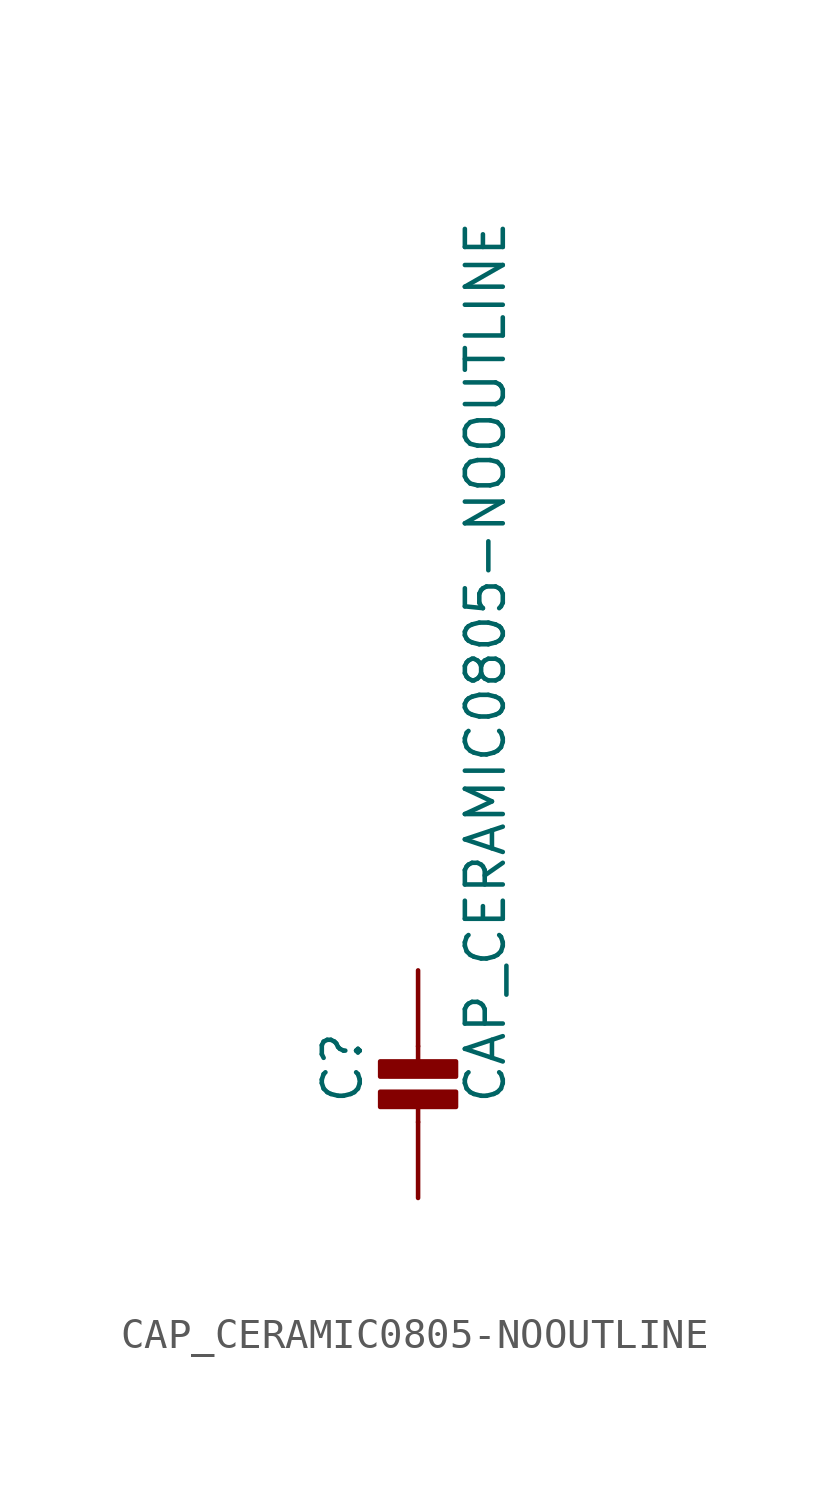
<source format=kicad_sym>
(kicad_symbol_lib
  (version 20211014)
  (generator kicad_symbol_editor)
  (symbol "CAP_CERAMIC0805-NOOUTLINE"
    (property "Reference" "C"
      (at -1.79 0.54 90)
      (effects (font (size 1.27 1.27)) (justify left bottom)))
    (property "Value" "CAP_CERAMIC0805-NOOUTLINE"
      (at 3 0.54 90)
      (effects (font (size 1.27 1.27)) (justify left bottom)))
    (property "ki_locked" ""
      (at 0 0 0)
      (effects (font (size 1.27 1.27))))
    (symbol "CAP_CERAMIC0805-NOOUTLINE_1_0"
      (rectangle (start -1.27 0.508) (end 1.27 1.016) (stroke (width 0) (type default) (color 0 0 0 0)) (fill (type outline)))
      (rectangle (start -1.27 1.524) (end 1.27 2.032) (stroke (width 0) (type default) (color 0 0 0 0)) (fill (type outline)))
      (polyline (pts (xy 0 0.762) (xy 0 0)) (stroke (width 0.152) (type default) (color 0 0 0 0)) (fill (type none)))
      (polyline (pts (xy 0 2.54) (xy 0 1.778)) (stroke (width 0.152) (type default) (color 0 0 0 0)) (fill (type none)))
      (pin passive line (at 0 5.08 270) (length 2.54) (name "1" (effects (font (size 0 0)))) (number "1" (effects (font (size 0 0)))))
      (pin passive line (at 0 -2.54 90) (length 2.54) (name "2" (effects (font (size 0 0)))) (number "2" (effects (font (size 0 0))))))))
</source>
